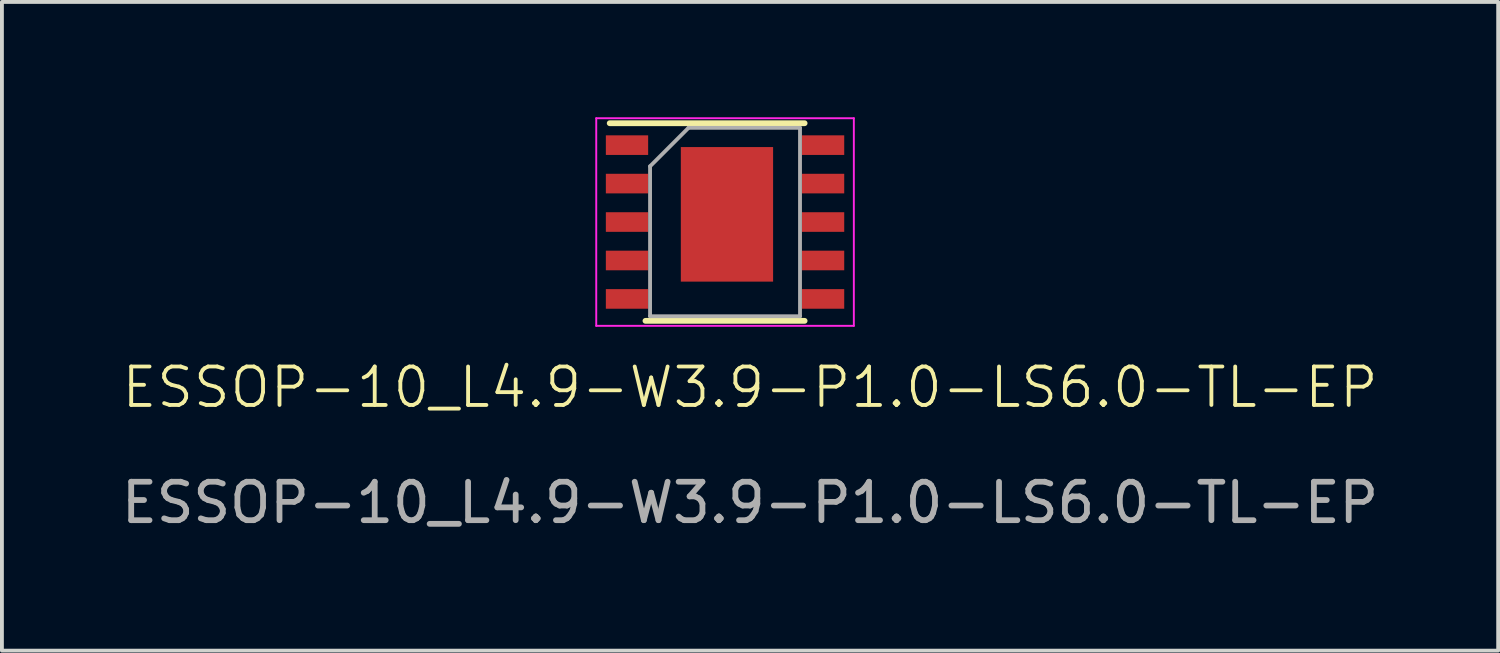
<source format=kicad_pcb>
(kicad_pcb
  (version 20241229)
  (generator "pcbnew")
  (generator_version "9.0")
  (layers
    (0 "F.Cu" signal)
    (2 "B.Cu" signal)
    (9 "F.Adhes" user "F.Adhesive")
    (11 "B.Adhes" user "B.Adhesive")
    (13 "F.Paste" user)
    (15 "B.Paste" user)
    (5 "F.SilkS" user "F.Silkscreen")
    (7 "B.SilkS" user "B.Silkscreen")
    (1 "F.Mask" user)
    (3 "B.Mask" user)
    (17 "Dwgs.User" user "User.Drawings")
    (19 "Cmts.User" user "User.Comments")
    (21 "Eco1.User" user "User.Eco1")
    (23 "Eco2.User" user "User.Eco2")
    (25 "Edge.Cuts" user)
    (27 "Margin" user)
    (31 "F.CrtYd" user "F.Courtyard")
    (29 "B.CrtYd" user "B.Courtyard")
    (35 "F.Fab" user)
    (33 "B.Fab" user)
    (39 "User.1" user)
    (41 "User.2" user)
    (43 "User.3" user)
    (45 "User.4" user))
  (footprint "ESSOP-10_L4.9-W3.9-P1.0-LS6.0-TL-EP"
    (layer "F.Cu")
    (at 16.458 7.525)
    (property "Reference" "ESSOP-10_L4.9-W3.9-P1.0-LS6.0-TL-EP" (at 0 -0.5 0) (unlocked yes) (layer "F.SilkS") (effects (font (size 1 1) (thickness 0.1))))
    (attr smd)
    (fp_line (start -3.65 -7.37) (end 1.42 -7.37) (stroke (width 0.15) (type solid)) (layer "F.SilkS"))
    (fp_line (start -2.72 -2.23) (end 1.42 -2.23) (stroke (width 0.15) (type solid)) (layer "F.SilkS"))
    (fp_line (start -4 -7.5) (end -4 -2.1) (stroke (width 0.05) (type solid)) (layer "F.CrtYd"))
    (fp_line (start -4 -7.5) (end 2.7 -7.5) (stroke (width 0.05) (type solid)) (layer "F.CrtYd"))
    (fp_line (start -4 -2.1) (end 2.7 -2.1) (stroke (width 0.05) (type solid)) (layer "F.CrtYd"))
    (fp_line (start 2.7 -7.5) (end 2.7 -2.1) (stroke (width 0.05) (type solid)) (layer "F.CrtYd"))
    (fp_line (start -2.6 -6.25) (end -1.6 -7.25) (stroke (width 0.1) (type solid)) (layer "F.Fab"))
    (fp_line (start -2.6 -2.35) (end -2.6 -6.25) (stroke (width 0.1) (type solid)) (layer "F.Fab"))
    (fp_line (start -1.6 -7.25) (end 1.3 -7.25) (stroke (width 0.1) (type solid)) (layer "F.Fab"))
    (fp_line (start 1.3 -7.25) (end 1.3 -2.35) (stroke (width 0.1) (type solid)) (layer "F.Fab"))
    (fp_line (start 1.3 -2.35) (end -2.6 -2.35) (stroke (width 0.1) (type solid)) (layer "F.Fab"))
    (fp_text user "${REFERENCE}" (at 0 2.5 0) (unlocked yes) (layer "F.Fab") (effects (font (size 1 1) (thickness 0.15))))
    (pad "1" smd rect (at -3.2 -6.8) (size 1.1 0.51) (layers "F.Cu" "F.Mask" "F.Paste"))
    (pad "2" smd rect (at -3.2 -5.8) (size 1.1 0.51) (layers "F.Cu" "F.Mask" "F.Paste"))
    (pad "3" smd rect (at -3.2 -4.8) (size 1.1 0.51) (layers "F.Cu" "F.Mask" "F.Paste"))
    (pad "4" smd rect (at -3.2 -3.8) (size 1.1 0.51) (layers "F.Cu" "F.Mask" "F.Paste"))
    (pad "5" smd rect (at -3.2 -2.8) (size 1.1 0.51) (layers "F.Cu" "F.Mask" "F.Paste"))
    (pad "6" smd rect (at 1.9 -2.8) (size 1.1 0.51) (layers "F.Cu" "F.Mask" "F.Paste"))
    (pad "7" smd rect (at 1.9 -3.8) (size 1.1 0.51) (layers "F.Cu" "F.Mask" "F.Paste"))
    (pad "8" smd rect (at 1.9 -4.8) (size 1.1 0.51) (layers "F.Cu" "F.Mask" "F.Paste"))
    (pad "9" smd rect (at 1.9 -5.8) (size 1.1 0.51) (layers "F.Cu" "F.Mask" "F.Paste"))
    (pad "10" smd rect (at 1.9 -6.8) (size 1.1 0.51) (layers "F.Cu" "F.Mask" "F.Paste"))
    (pad "11" smd rect (at -0.6 -5) (size 2.4 3.5) (layers "F.Cu" "F.Mask" "F.Paste")))
  (gr_rect
    (start -3 -3)
    (end 35.917 13.873)
    (stroke (width 0.1) (type default))
    (fill no)
    (layer "Edge.Cuts")))
</source>
